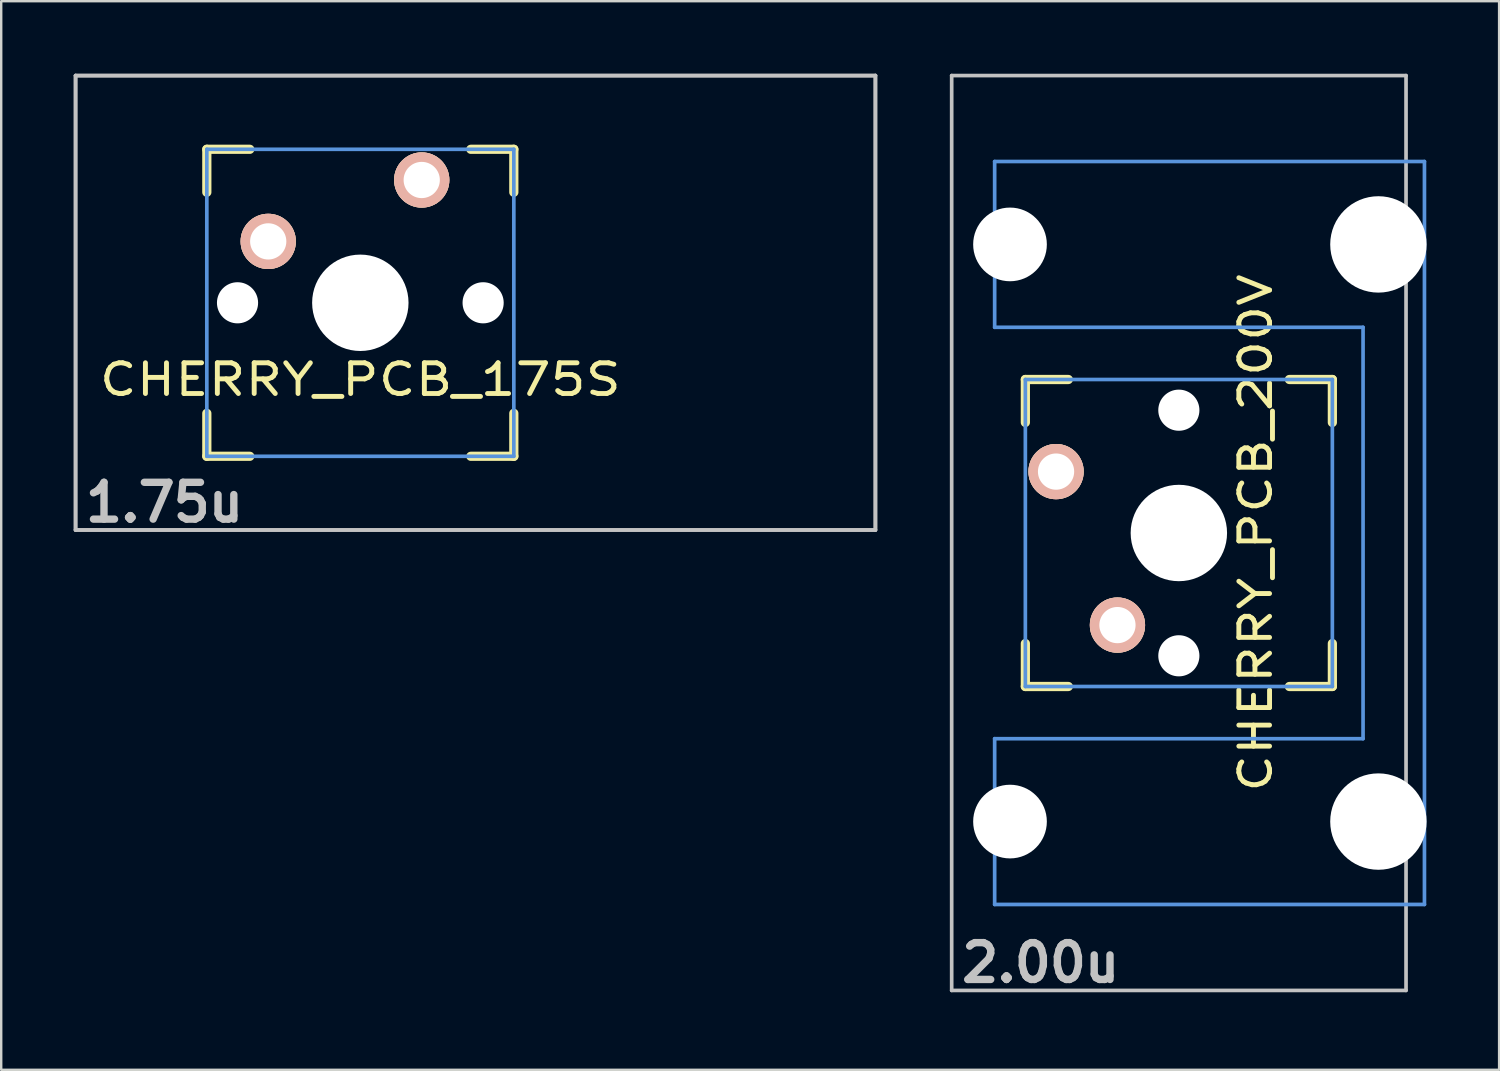
<source format=kicad_pcb>
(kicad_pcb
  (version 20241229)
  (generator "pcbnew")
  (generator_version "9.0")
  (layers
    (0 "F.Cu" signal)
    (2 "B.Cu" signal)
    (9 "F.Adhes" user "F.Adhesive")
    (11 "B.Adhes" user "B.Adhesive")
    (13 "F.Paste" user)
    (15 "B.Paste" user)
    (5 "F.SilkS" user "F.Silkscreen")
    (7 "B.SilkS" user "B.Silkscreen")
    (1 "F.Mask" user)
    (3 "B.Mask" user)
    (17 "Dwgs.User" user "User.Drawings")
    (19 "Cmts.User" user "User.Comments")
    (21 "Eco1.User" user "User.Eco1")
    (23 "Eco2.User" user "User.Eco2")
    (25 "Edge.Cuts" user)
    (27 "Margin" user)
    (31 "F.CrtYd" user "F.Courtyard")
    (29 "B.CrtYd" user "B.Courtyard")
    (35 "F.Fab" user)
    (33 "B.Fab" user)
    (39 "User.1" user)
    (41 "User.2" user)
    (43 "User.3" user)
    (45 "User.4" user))
  (footprint "CHERRY_PCB_175S"
    (layer "F.Cu")
    (at 11.856 9.476)
    (property "Reference" "CHERRY_PCB_175S" (at 0 3.175 0) (layer "F.SilkS") (effects (font (size 1.27 1.524) (thickness 0.203))))
    (attr through_hole)
    (fp_line (start -6.35 -6.35) (end -4.572 -6.35) (stroke (width 0.381) (type solid)) (layer "F.SilkS"))
    (fp_line (start -6.35 -4.572) (end -6.35 -6.35) (stroke (width 0.381) (type solid)) (layer "F.SilkS"))
    (fp_line (start -6.35 6.35) (end -6.35 4.572) (stroke (width 0.381) (type solid)) (layer "F.SilkS"))
    (fp_line (start -4.572 6.35) (end -6.35 6.35) (stroke (width 0.381) (type solid)) (layer "F.SilkS"))
    (fp_line (start 4.572 -6.35) (end 6.35 -6.35) (stroke (width 0.381) (type solid)) (layer "F.SilkS"))
    (fp_line (start 6.35 -6.35) (end 6.35 -4.572) (stroke (width 0.381) (type solid)) (layer "F.SilkS"))
    (fp_line (start 6.35 4.572) (end 6.35 6.35) (stroke (width 0.381) (type solid)) (layer "F.SilkS"))
    (fp_line (start 6.35 6.35) (end 4.572 6.35) (stroke (width 0.381) (type solid)) (layer "F.SilkS"))
    (fp_line (start -11.78 -9.4) (end 21.31 -9.4) (stroke (width 0.152) (type solid)) (layer "Dwgs.User"))
    (fp_line (start -11.78 9.4) (end -11.78 -9.4) (stroke (width 0.152) (type solid)) (layer "Dwgs.User"))
    (fp_line (start -11.779 -9.398) (end 21.307 -9.398) (stroke (width 0.152) (type solid)) (layer "Dwgs.User"))
    (fp_line (start -11.779 9.398) (end -11.779 -9.398) (stroke (width 0.152) (type solid)) (layer "Dwgs.User"))
    (fp_line (start 21.307 -9.398) (end 21.307 9.398) (stroke (width 0.152) (type solid)) (layer "Dwgs.User"))
    (fp_line (start 21.307 9.398) (end -11.779 9.398) (stroke (width 0.152) (type solid)) (layer "Dwgs.User"))
    (fp_line (start 21.31 -9.4) (end 21.31 9.4) (stroke (width 0.152) (type solid)) (layer "Dwgs.User"))
    (fp_line (start 21.31 9.4) (end -11.78 9.4) (stroke (width 0.152) (type solid)) (layer "Dwgs.User"))
    (fp_line (start -6.35 -6.35) (end 6.35 -6.35) (stroke (width 0.152) (type solid)) (layer "Cmts.User"))
    (fp_line (start -6.35 6.35) (end -6.35 -6.35) (stroke (width 0.152) (type solid)) (layer "Cmts.User"))
    (fp_line (start 6.35 -6.35) (end 6.35 6.35) (stroke (width 0.152) (type solid)) (layer "Cmts.User"))
    (fp_line (start 6.35 6.35) (end -6.35 6.35) (stroke (width 0.152) (type solid)) (layer "Cmts.User"))
    (fp_line (start -6.985 -6.985) (end 6.985 -6.985) (stroke (width 0.152) (type solid)) (layer "Eco2.User"))
    (fp_line (start -6.985 6.985) (end -6.985 -6.985) (stroke (width 0.152) (type solid)) (layer "Eco2.User"))
    (fp_line (start 6.985 -6.985) (end 6.985 6.985) (stroke (width 0.152) (type solid)) (layer "Eco2.User"))
    (fp_line (start 6.985 6.985) (end -6.985 6.985) (stroke (width 0.152) (type solid)) (layer "Eco2.User"))
    (fp_text user "1.75u" (at -8.1 8.26 0) (layer "Dwgs.User") (effects (font (size 1.524 1.524) (thickness 0.305))))
    (pad "" np_thru_hole circle (at -5.08 0) (size 1.702 1.702) (drill 1.702) (layers "*.Cu"))
    (pad "" np_thru_hole circle (at 0 0) (size 3.988 3.988) (drill 3.988) (layers "*.Cu"))
    (pad "" np_thru_hole circle (at 5.08 0) (size 1.702 1.702) (drill 1.702) (layers "*.Cu"))
    (pad "1" thru_hole circle (at 2.54 -5.08) (size 2.286 2.286) (drill 1.499) (layers "*.Cu" "*.SilkS" "*.Mask"))
    (pad "2" thru_hole circle (at -3.81 -2.54) (size 2.286 2.286) (drill 1.499) (layers "*.Cu" "*.SilkS" "*.Mask")))
  (footprint "CHERRY_PCB_200V"
    (layer "F.Cu")
    (at 45.717 18.999)
    (property "Reference" "CHERRY_PCB_200V" (at 3.175 0 90) (layer "F.SilkS") (effects (font (size 1.27 1.524) (thickness 0.203))))
    (attr through_hole)
    (fp_line (start -6.35 -6.35) (end -4.572 -6.35) (stroke (width 0.381) (type solid)) (layer "F.SilkS"))
    (fp_line (start -6.35 -4.572) (end -6.35 -6.35) (stroke (width 0.381) (type solid)) (layer "F.SilkS"))
    (fp_line (start -6.35 6.35) (end -6.35 4.572) (stroke (width 0.381) (type solid)) (layer "F.SilkS"))
    (fp_line (start -4.572 6.35) (end -6.35 6.35) (stroke (width 0.381) (type solid)) (layer "F.SilkS"))
    (fp_line (start 4.572 -6.35) (end 6.35 -6.35) (stroke (width 0.381) (type solid)) (layer "F.SilkS"))
    (fp_line (start 6.35 -6.35) (end 6.35 -4.572) (stroke (width 0.381) (type solid)) (layer "F.SilkS"))
    (fp_line (start 6.35 4.572) (end 6.35 6.35) (stroke (width 0.381) (type solid)) (layer "F.SilkS"))
    (fp_line (start 6.35 6.35) (end 4.572 6.35) (stroke (width 0.381) (type solid)) (layer "F.SilkS"))
    (fp_line (start -9.398 -18.923) (end 9.398 -18.923) (stroke (width 0.152) (type solid)) (layer "Dwgs.User"))
    (fp_line (start -9.398 18.923) (end -9.398 -18.923) (stroke (width 0.152) (type solid)) (layer "Dwgs.User"))
    (fp_line (start 9.398 -18.923) (end 9.398 18.923) (stroke (width 0.152) (type solid)) (layer "Dwgs.User"))
    (fp_line (start 9.398 18.923) (end -9.398 18.923) (stroke (width 0.152) (type solid)) (layer "Dwgs.User"))
    (fp_line (start -7.62 -15.367) (end -7.62 -8.509) (stroke (width 0.152) (type solid)) (layer "Cmts.User"))
    (fp_line (start -7.62 -8.509) (end 7.62 -8.509) (stroke (width 0.152) (type solid)) (layer "Cmts.User"))
    (fp_line (start -7.62 8.509) (end -7.62 15.367) (stroke (width 0.152) (type solid)) (layer "Cmts.User"))
    (fp_line (start -7.62 15.367) (end 10.16 15.367) (stroke (width 0.152) (type solid)) (layer "Cmts.User"))
    (fp_line (start -6.35 -6.35) (end 6.35 -6.35) (stroke (width 0.152) (type solid)) (layer "Cmts.User"))
    (fp_line (start -6.35 6.35) (end -6.35 -6.35) (stroke (width 0.152) (type solid)) (layer "Cmts.User"))
    (fp_line (start 6.35 -6.35) (end 6.35 6.35) (stroke (width 0.152) (type solid)) (layer "Cmts.User"))
    (fp_line (start 6.35 6.35) (end -6.35 6.35) (stroke (width 0.152) (type solid)) (layer "Cmts.User"))
    (fp_line (start 7.62 -8.509) (end 7.62 8.509) (stroke (width 0.152) (type solid)) (layer "Cmts.User"))
    (fp_line (start 7.62 8.509) (end -7.62 8.509) (stroke (width 0.152) (type solid)) (layer "Cmts.User"))
    (fp_line (start 10.16 -15.367) (end -7.62 -15.367) (stroke (width 0.152) (type solid)) (layer "Cmts.User"))
    (fp_line (start 10.16 15.367) (end 10.16 -15.367) (stroke (width 0.152) (type solid)) (layer "Cmts.User"))
    (fp_line (start -6.985 -6.985) (end -4.877 -6.985) (stroke (width 0.152) (type solid)) (layer "Eco2.User"))
    (fp_line (start -6.985 6.985) (end -6.985 -6.985) (stroke (width 0.152) (type solid)) (layer "Eco2.User"))
    (fp_line (start -5.69 -15.265) (end -2.286 -15.265) (stroke (width 0.152) (type solid)) (layer "Eco2.User"))
    (fp_line (start -5.69 -8.611) (end -5.69 -15.265) (stroke (width 0.152) (type solid)) (layer "Eco2.User"))
    (fp_line (start -5.69 8.611) (end -4.877 8.611) (stroke (width 0.152) (type solid)) (layer "Eco2.User"))
    (fp_line (start -5.69 15.265) (end -5.69 8.611) (stroke (width 0.152) (type solid)) (layer "Eco2.User"))
    (fp_line (start -4.877 -8.611) (end -5.69 -8.611) (stroke (width 0.152) (type solid)) (layer "Eco2.User"))
    (fp_line (start -4.877 -6.985) (end -4.877 -8.611) (stroke (width 0.152) (type solid)) (layer "Eco2.User"))
    (fp_line (start -4.877 6.985) (end -6.985 6.985) (stroke (width 0.152) (type solid)) (layer "Eco2.User"))
    (fp_line (start -4.877 8.611) (end -4.877 6.985) (stroke (width 0.152) (type solid)) (layer "Eco2.User"))
    (fp_line (start -2.286 -16.129) (end 0.508 -16.129) (stroke (width 0.152) (type solid)) (layer "Eco2.User"))
    (fp_line (start -2.286 -15.265) (end -2.286 -16.129) (stroke (width 0.152) (type solid)) (layer "Eco2.User"))
    (fp_line (start -2.286 15.265) (end -5.69 15.265) (stroke (width 0.152) (type solid)) (layer "Eco2.User"))
    (fp_line (start -2.286 16.129) (end -2.286 15.265) (stroke (width 0.152) (type solid)) (layer "Eco2.User"))
    (fp_line (start 0.508 -16.129) (end 0.508 -15.265) (stroke (width 0.152) (type solid)) (layer "Eco2.User"))
    (fp_line (start 0.508 -15.265) (end 6.604 -15.265) (stroke (width 0.152) (type solid)) (layer "Eco2.User"))
    (fp_line (start 0.508 15.265) (end 0.508 16.129) (stroke (width 0.152) (type solid)) (layer "Eco2.User"))
    (fp_line (start 0.508 16.129) (end -2.286 16.129) (stroke (width 0.152) (type solid)) (layer "Eco2.User"))
    (fp_line (start 5.817 -8.611) (end 5.817 -6.985) (stroke (width 0.152) (type solid)) (layer "Eco2.User"))
    (fp_line (start 5.817 -6.985) (end 6.985 -6.985) (stroke (width 0.152) (type solid)) (layer "Eco2.User"))
    (fp_line (start 5.817 6.985) (end 5.817 8.611) (stroke (width 0.152) (type solid)) (layer "Eco2.User"))
    (fp_line (start 5.817 8.611) (end 6.604 8.611) (stroke (width 0.152) (type solid)) (layer "Eco2.User"))
    (fp_line (start 6.604 -15.265) (end 6.604 -14.224) (stroke (width 0.152) (type solid)) (layer "Eco2.User"))
    (fp_line (start 6.604 -14.224) (end 7.772 -14.224) (stroke (width 0.152) (type solid)) (layer "Eco2.User"))
    (fp_line (start 6.604 -9.652) (end 6.604 -8.611) (stroke (width 0.152) (type solid)) (layer "Eco2.User"))
    (fp_line (start 6.604 -8.611) (end 5.817 -8.611) (stroke (width 0.152) (type solid)) (layer "Eco2.User"))
    (fp_line (start 6.604 8.611) (end 6.604 9.652) (stroke (width 0.152) (type solid)) (layer "Eco2.User"))
    (fp_line (start 6.604 9.652) (end 7.772 9.652) (stroke (width 0.152) (type solid)) (layer "Eco2.User"))
    (fp_line (start 6.604 14.224) (end 6.604 15.265) (stroke (width 0.152) (type solid)) (layer "Eco2.User"))
    (fp_line (start 6.604 15.265) (end 0.508 15.265) (stroke (width 0.152) (type solid)) (layer "Eco2.User"))
    (fp_line (start 6.985 -6.985) (end 6.985 6.985) (stroke (width 0.152) (type solid)) (layer "Eco2.User"))
    (fp_line (start 6.985 6.985) (end 5.817 6.985) (stroke (width 0.152) (type solid)) (layer "Eco2.User"))
    (fp_line (start 7.772 -14.224) (end 7.772 -9.652) (stroke (width 0.152) (type solid)) (layer "Eco2.User"))
    (fp_line (start 7.772 -9.652) (end 6.604 -9.652) (stroke (width 0.152) (type solid)) (layer "Eco2.User"))
    (fp_line (start 7.772 9.652) (end 7.772 14.224) (stroke (width 0.152) (type solid)) (layer "Eco2.User"))
    (fp_line (start 7.772 14.224) (end 6.604 14.224) (stroke (width 0.152) (type solid)) (layer "Eco2.User"))
    (fp_text user "2.00u" (at -5.715 17.78 0) (layer "Dwgs.User") (effects (font (size 1.524 1.524) (thickness 0.305))))
    (pad "" np_thru_hole circle (at -6.985 -11.938 90) (size 3.048 3.048) (drill 3.048) (layers "*.Cu"))
    (pad "" np_thru_hole circle (at -6.985 11.938 90) (size 3.048 3.048) (drill 3.048) (layers "*.Cu"))
    (pad "" np_thru_hole circle (at 0 -5.08 90) (size 1.702 1.702) (drill 1.702) (layers "*.Cu"))
    (pad "" np_thru_hole circle (at 0 0 90) (size 3.988 3.988) (drill 3.988) (layers "*.Cu"))
    (pad "" np_thru_hole circle (at 0 5.08 90) (size 1.702 1.702) (drill 1.702) (layers "*.Cu"))
    (pad "" np_thru_hole circle (at 8.255 -11.938 90) (size 3.988 3.988) (drill 3.988) (layers "*.Cu"))
    (pad "" np_thru_hole circle (at 8.255 11.938 90) (size 3.988 3.988) (drill 3.988) (layers "*.Cu"))
    (pad "1" thru_hole circle (at -5.08 -2.54 90) (size 2.286 2.286) (drill 1.499) (layers "*.Cu" "*.SilkS" "*.Mask"))
    (pad "2" thru_hole circle (at -2.54 3.81 90) (size 2.286 2.286) (drill 1.499) (layers "*.Cu" "*.SilkS" "*.Mask")))
  (gr_rect
    (start -3 -3)
    (end 58.965 41.206)
    (stroke (width 0.1) (type default))
    (fill no)
    (layer "Edge.Cuts")))
</source>
